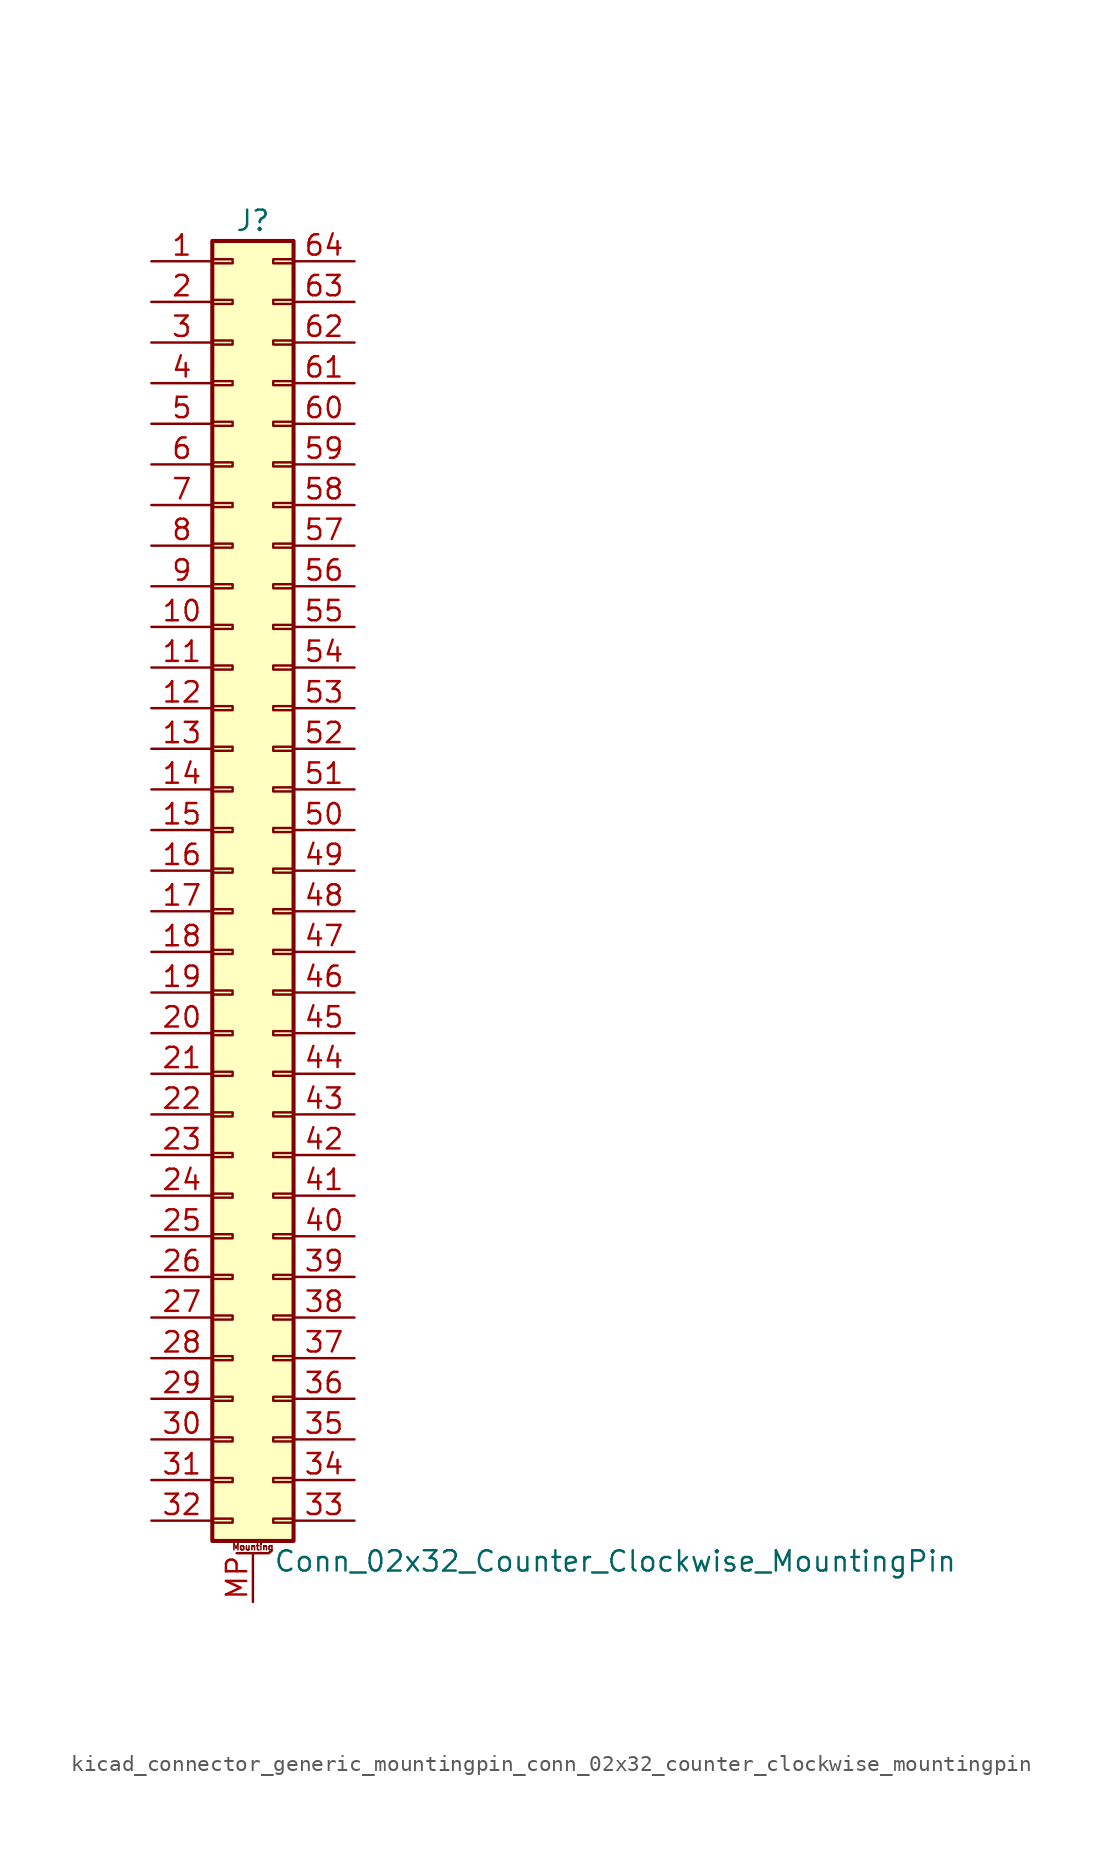
<source format=kicad_sym>
(kicad_symbol_lib
  (version 20220914)
  (generator kicad_symbol_editor)
  (symbol "kicad_connector_generic_mountingpin_conn_02x32_counter_clockwise_mountingpin"
    (pin_names
      (offset 1.016) hide)
    (property "Reference" "J"
      (at 1.27 40.64 0)
      (effects (font (size 1.27 1.27))))
    (property "Value" "Conn_02x32_Counter_Clockwise_MountingPin"
      (at 2.54 -43.18 0)
      (effects (font (size 1.27 1.27)) (justify left)))
    (symbol "kicad_connector_generic_mountingpin_conn_02x32_counter_clockwise_mountingpin_1_1"
      (rectangle (start -1.27 -40.513) (end 0 -40.767) (stroke (width 0.152) (type default)) (fill (type none)))
      (rectangle (start -1.27 -37.973) (end 0 -38.227) (stroke (width 0.152) (type default)) (fill (type none)))
      (rectangle (start -1.27 -35.433) (end 0 -35.687) (stroke (width 0.152) (type default)) (fill (type none)))
      (rectangle (start -1.27 -32.893) (end 0 -33.147) (stroke (width 0.152) (type default)) (fill (type none)))
      (rectangle (start -1.27 -30.353) (end 0 -30.607) (stroke (width 0.152) (type default)) (fill (type none)))
      (rectangle (start -1.27 -27.813) (end 0 -28.067) (stroke (width 0.152) (type default)) (fill (type none)))
      (rectangle (start -1.27 -25.273) (end 0 -25.527) (stroke (width 0.152) (type default)) (fill (type none)))
      (rectangle (start -1.27 -22.733) (end 0 -22.987) (stroke (width 0.152) (type default)) (fill (type none)))
      (rectangle (start -1.27 -20.193) (end 0 -20.447) (stroke (width 0.152) (type default)) (fill (type none)))
      (rectangle (start -1.27 -17.653) (end 0 -17.907) (stroke (width 0.152) (type default)) (fill (type none)))
      (rectangle (start -1.27 -15.113) (end 0 -15.367) (stroke (width 0.152) (type default)) (fill (type none)))
      (rectangle (start -1.27 -12.573) (end 0 -12.827) (stroke (width 0.152) (type default)) (fill (type none)))
      (rectangle (start -1.27 -10.033) (end 0 -10.287) (stroke (width 0.152) (type default)) (fill (type none)))
      (rectangle (start -1.27 -7.493) (end 0 -7.747) (stroke (width 0.152) (type default)) (fill (type none)))
      (rectangle (start -1.27 -4.953) (end 0 -5.207) (stroke (width 0.152) (type default)) (fill (type none)))
      (rectangle (start -1.27 -2.413) (end 0 -2.667) (stroke (width 0.152) (type default)) (fill (type none)))
      (rectangle (start -1.27 0.127) (end 0 -0.127) (stroke (width 0.152) (type default)) (fill (type none)))
      (rectangle (start -1.27 2.667) (end 0 2.413) (stroke (width 0.152) (type default)) (fill (type none)))
      (rectangle (start -1.27 5.207) (end 0 4.953) (stroke (width 0.152) (type default)) (fill (type none)))
      (rectangle (start -1.27 7.747) (end 0 7.493) (stroke (width 0.152) (type default)) (fill (type none)))
      (rectangle (start -1.27 10.287) (end 0 10.033) (stroke (width 0.152) (type default)) (fill (type none)))
      (rectangle (start -1.27 12.827) (end 0 12.573) (stroke (width 0.152) (type default)) (fill (type none)))
      (rectangle (start -1.27 15.367) (end 0 15.113) (stroke (width 0.152) (type default)) (fill (type none)))
      (rectangle (start -1.27 17.907) (end 0 17.653) (stroke (width 0.152) (type default)) (fill (type none)))
      (rectangle (start -1.27 20.447) (end 0 20.193) (stroke (width 0.152) (type default)) (fill (type none)))
      (rectangle (start -1.27 22.987) (end 0 22.733) (stroke (width 0.152) (type default)) (fill (type none)))
      (rectangle (start -1.27 25.527) (end 0 25.273) (stroke (width 0.152) (type default)) (fill (type none)))
      (rectangle (start -1.27 28.067) (end 0 27.813) (stroke (width 0.152) (type default)) (fill (type none)))
      (rectangle (start -1.27 30.607) (end 0 30.353) (stroke (width 0.152) (type default)) (fill (type none)))
      (rectangle (start -1.27 33.147) (end 0 32.893) (stroke (width 0.152) (type default)) (fill (type none)))
      (rectangle (start -1.27 35.687) (end 0 35.433) (stroke (width 0.152) (type default)) (fill (type none)))
      (rectangle (start -1.27 38.227) (end 0 37.973) (stroke (width 0.152) (type default)) (fill (type none)))
      (rectangle (start -1.27 39.37) (end 3.81 -41.91) (stroke (width 0.254) (type default)) (fill (type background)))
      (polyline (pts (xy 0.254 -42.672) (xy 2.286 -42.672)) (stroke (width 0.152) (type default)) (fill (type none)))
      (rectangle (start 3.81 -40.513) (end 2.54 -40.767) (stroke (width 0.152) (type default)) (fill (type none)))
      (rectangle (start 3.81 -37.973) (end 2.54 -38.227) (stroke (width 0.152) (type default)) (fill (type none)))
      (rectangle (start 3.81 -35.433) (end 2.54 -35.687) (stroke (width 0.152) (type default)) (fill (type none)))
      (rectangle (start 3.81 -32.893) (end 2.54 -33.147) (stroke (width 0.152) (type default)) (fill (type none)))
      (rectangle (start 3.81 -30.353) (end 2.54 -30.607) (stroke (width 0.152) (type default)) (fill (type none)))
      (rectangle (start 3.81 -27.813) (end 2.54 -28.067) (stroke (width 0.152) (type default)) (fill (type none)))
      (rectangle (start 3.81 -25.273) (end 2.54 -25.527) (stroke (width 0.152) (type default)) (fill (type none)))
      (rectangle (start 3.81 -22.733) (end 2.54 -22.987) (stroke (width 0.152) (type default)) (fill (type none)))
      (rectangle (start 3.81 -20.193) (end 2.54 -20.447) (stroke (width 0.152) (type default)) (fill (type none)))
      (rectangle (start 3.81 -17.653) (end 2.54 -17.907) (stroke (width 0.152) (type default)) (fill (type none)))
      (rectangle (start 3.81 -15.113) (end 2.54 -15.367) (stroke (width 0.152) (type default)) (fill (type none)))
      (rectangle (start 3.81 -12.573) (end 2.54 -12.827) (stroke (width 0.152) (type default)) (fill (type none)))
      (rectangle (start 3.81 -10.033) (end 2.54 -10.287) (stroke (width 0.152) (type default)) (fill (type none)))
      (rectangle (start 3.81 -7.493) (end 2.54 -7.747) (stroke (width 0.152) (type default)) (fill (type none)))
      (rectangle (start 3.81 -4.953) (end 2.54 -5.207) (stroke (width 0.152) (type default)) (fill (type none)))
      (rectangle (start 3.81 -2.413) (end 2.54 -2.667) (stroke (width 0.152) (type default)) (fill (type none)))
      (rectangle (start 3.81 0.127) (end 2.54 -0.127) (stroke (width 0.152) (type default)) (fill (type none)))
      (rectangle (start 3.81 2.667) (end 2.54 2.413) (stroke (width 0.152) (type default)) (fill (type none)))
      (rectangle (start 3.81 5.207) (end 2.54 4.953) (stroke (width 0.152) (type default)) (fill (type none)))
      (rectangle (start 3.81 7.747) (end 2.54 7.493) (stroke (width 0.152) (type default)) (fill (type none)))
      (rectangle (start 3.81 10.287) (end 2.54 10.033) (stroke (width 0.152) (type default)) (fill (type none)))
      (rectangle (start 3.81 12.827) (end 2.54 12.573) (stroke (width 0.152) (type default)) (fill (type none)))
      (rectangle (start 3.81 15.367) (end 2.54 15.113) (stroke (width 0.152) (type default)) (fill (type none)))
      (rectangle (start 3.81 17.907) (end 2.54 17.653) (stroke (width 0.152) (type default)) (fill (type none)))
      (rectangle (start 3.81 20.447) (end 2.54 20.193) (stroke (width 0.152) (type default)) (fill (type none)))
      (rectangle (start 3.81 22.987) (end 2.54 22.733) (stroke (width 0.152) (type default)) (fill (type none)))
      (rectangle (start 3.81 25.527) (end 2.54 25.273) (stroke (width 0.152) (type default)) (fill (type none)))
      (rectangle (start 3.81 28.067) (end 2.54 27.813) (stroke (width 0.152) (type default)) (fill (type none)))
      (rectangle (start 3.81 30.607) (end 2.54 30.353) (stroke (width 0.152) (type default)) (fill (type none)))
      (rectangle (start 3.81 33.147) (end 2.54 32.893) (stroke (width 0.152) (type default)) (fill (type none)))
      (rectangle (start 3.81 35.687) (end 2.54 35.433) (stroke (width 0.152) (type default)) (fill (type none)))
      (rectangle (start 3.81 38.227) (end 2.54 37.973) (stroke (width 0.152) (type default)) (fill (type none)))
      (text "Mounting" (at 1.27 -42.291 0) (effects (font (size 0.381 0.381))))
      (pin passive line (at -5.08 38.1 0) (length 3.81) (name "Pin_1" (effects (font (size 1.27 1.27)))) (number "1" (effects (font (size 1.27 1.27)))))
      (pin passive line (at -5.08 15.24 0) (length 3.81) (name "Pin_10" (effects (font (size 1.27 1.27)))) (number "10" (effects (font (size 1.27 1.27)))))
      (pin passive line (at -5.08 12.7 0) (length 3.81) (name "Pin_11" (effects (font (size 1.27 1.27)))) (number "11" (effects (font (size 1.27 1.27)))))
      (pin passive line (at -5.08 10.16 0) (length 3.81) (name "Pin_12" (effects (font (size 1.27 1.27)))) (number "12" (effects (font (size 1.27 1.27)))))
      (pin passive line (at -5.08 7.62 0) (length 3.81) (name "Pin_13" (effects (font (size 1.27 1.27)))) (number "13" (effects (font (size 1.27 1.27)))))
      (pin passive line (at -5.08 5.08 0) (length 3.81) (name "Pin_14" (effects (font (size 1.27 1.27)))) (number "14" (effects (font (size 1.27 1.27)))))
      (pin passive line (at -5.08 2.54 0) (length 3.81) (name "Pin_15" (effects (font (size 1.27 1.27)))) (number "15" (effects (font (size 1.27 1.27)))))
      (pin passive line (at -5.08 0 0) (length 3.81) (name "Pin_16" (effects (font (size 1.27 1.27)))) (number "16" (effects (font (size 1.27 1.27)))))
      (pin passive line (at -5.08 -2.54 0) (length 3.81) (name "Pin_17" (effects (font (size 1.27 1.27)))) (number "17" (effects (font (size 1.27 1.27)))))
      (pin passive line (at -5.08 -5.08 0) (length 3.81) (name "Pin_18" (effects (font (size 1.27 1.27)))) (number "18" (effects (font (size 1.27 1.27)))))
      (pin passive line (at -5.08 -7.62 0) (length 3.81) (name "Pin_19" (effects (font (size 1.27 1.27)))) (number "19" (effects (font (size 1.27 1.27)))))
      (pin passive line (at -5.08 35.56 0) (length 3.81) (name "Pin_2" (effects (font (size 1.27 1.27)))) (number "2" (effects (font (size 1.27 1.27)))))
      (pin passive line (at -5.08 -10.16 0) (length 3.81) (name "Pin_20" (effects (font (size 1.27 1.27)))) (number "20" (effects (font (size 1.27 1.27)))))
      (pin passive line (at -5.08 -12.7 0) (length 3.81) (name "Pin_21" (effects (font (size 1.27 1.27)))) (number "21" (effects (font (size 1.27 1.27)))))
      (pin passive line (at -5.08 -15.24 0) (length 3.81) (name "Pin_22" (effects (font (size 1.27 1.27)))) (number "22" (effects (font (size 1.27 1.27)))))
      (pin passive line (at -5.08 -17.78 0) (length 3.81) (name "Pin_23" (effects (font (size 1.27 1.27)))) (number "23" (effects (font (size 1.27 1.27)))))
      (pin passive line (at -5.08 -20.32 0) (length 3.81) (name "Pin_24" (effects (font (size 1.27 1.27)))) (number "24" (effects (font (size 1.27 1.27)))))
      (pin passive line (at -5.08 -22.86 0) (length 3.81) (name "Pin_25" (effects (font (size 1.27 1.27)))) (number "25" (effects (font (size 1.27 1.27)))))
      (pin passive line (at -5.08 -25.4 0) (length 3.81) (name "Pin_26" (effects (font (size 1.27 1.27)))) (number "26" (effects (font (size 1.27 1.27)))))
      (pin passive line (at -5.08 -27.94 0) (length 3.81) (name "Pin_27" (effects (font (size 1.27 1.27)))) (number "27" (effects (font (size 1.27 1.27)))))
      (pin passive line (at -5.08 -30.48 0) (length 3.81) (name "Pin_28" (effects (font (size 1.27 1.27)))) (number "28" (effects (font (size 1.27 1.27)))))
      (pin passive line (at -5.08 -33.02 0) (length 3.81) (name "Pin_29" (effects (font (size 1.27 1.27)))) (number "29" (effects (font (size 1.27 1.27)))))
      (pin passive line (at -5.08 33.02 0) (length 3.81) (name "Pin_3" (effects (font (size 1.27 1.27)))) (number "3" (effects (font (size 1.27 1.27)))))
      (pin passive line (at -5.08 -35.56 0) (length 3.81) (name "Pin_30" (effects (font (size 1.27 1.27)))) (number "30" (effects (font (size 1.27 1.27)))))
      (pin passive line (at -5.08 -38.1 0) (length 3.81) (name "Pin_31" (effects (font (size 1.27 1.27)))) (number "31" (effects (font (size 1.27 1.27)))))
      (pin passive line (at -5.08 -40.64 0) (length 3.81) (name "Pin_32" (effects (font (size 1.27 1.27)))) (number "32" (effects (font (size 1.27 1.27)))))
      (pin passive line (at 7.62 -40.64 180) (length 3.81) (name "Pin_33" (effects (font (size 1.27 1.27)))) (number "33" (effects (font (size 1.27 1.27)))))
      (pin passive line (at 7.62 -38.1 180) (length 3.81) (name "Pin_34" (effects (font (size 1.27 1.27)))) (number "34" (effects (font (size 1.27 1.27)))))
      (pin passive line (at 7.62 -35.56 180) (length 3.81) (name "Pin_35" (effects (font (size 1.27 1.27)))) (number "35" (effects (font (size 1.27 1.27)))))
      (pin passive line (at 7.62 -33.02 180) (length 3.81) (name "Pin_36" (effects (font (size 1.27 1.27)))) (number "36" (effects (font (size 1.27 1.27)))))
      (pin passive line (at 7.62 -30.48 180) (length 3.81) (name "Pin_37" (effects (font (size 1.27 1.27)))) (number "37" (effects (font (size 1.27 1.27)))))
      (pin passive line (at 7.62 -27.94 180) (length 3.81) (name "Pin_38" (effects (font (size 1.27 1.27)))) (number "38" (effects (font (size 1.27 1.27)))))
      (pin passive line (at 7.62 -25.4 180) (length 3.81) (name "Pin_39" (effects (font (size 1.27 1.27)))) (number "39" (effects (font (size 1.27 1.27)))))
      (pin passive line (at -5.08 30.48 0) (length 3.81) (name "Pin_4" (effects (font (size 1.27 1.27)))) (number "4" (effects (font (size 1.27 1.27)))))
      (pin passive line (at 7.62 -22.86 180) (length 3.81) (name "Pin_40" (effects (font (size 1.27 1.27)))) (number "40" (effects (font (size 1.27 1.27)))))
      (pin passive line (at 7.62 -20.32 180) (length 3.81) (name "Pin_41" (effects (font (size 1.27 1.27)))) (number "41" (effects (font (size 1.27 1.27)))))
      (pin passive line (at 7.62 -17.78 180) (length 3.81) (name "Pin_42" (effects (font (size 1.27 1.27)))) (number "42" (effects (font (size 1.27 1.27)))))
      (pin passive line (at 7.62 -15.24 180) (length 3.81) (name "Pin_43" (effects (font (size 1.27 1.27)))) (number "43" (effects (font (size 1.27 1.27)))))
      (pin passive line (at 7.62 -12.7 180) (length 3.81) (name "Pin_44" (effects (font (size 1.27 1.27)))) (number "44" (effects (font (size 1.27 1.27)))))
      (pin passive line (at 7.62 -10.16 180) (length 3.81) (name "Pin_45" (effects (font (size 1.27 1.27)))) (number "45" (effects (font (size 1.27 1.27)))))
      (pin passive line (at 7.62 -7.62 180) (length 3.81) (name "Pin_46" (effects (font (size 1.27 1.27)))) (number "46" (effects (font (size 1.27 1.27)))))
      (pin passive line (at 7.62 -5.08 180) (length 3.81) (name "Pin_47" (effects (font (size 1.27 1.27)))) (number "47" (effects (font (size 1.27 1.27)))))
      (pin passive line (at 7.62 -2.54 180) (length 3.81) (name "Pin_48" (effects (font (size 1.27 1.27)))) (number "48" (effects (font (size 1.27 1.27)))))
      (pin passive line (at 7.62 0 180) (length 3.81) (name "Pin_49" (effects (font (size 1.27 1.27)))) (number "49" (effects (font (size 1.27 1.27)))))
      (pin passive line (at -5.08 27.94 0) (length 3.81) (name "Pin_5" (effects (font (size 1.27 1.27)))) (number "5" (effects (font (size 1.27 1.27)))))
      (pin passive line (at 7.62 2.54 180) (length 3.81) (name "Pin_50" (effects (font (size 1.27 1.27)))) (number "50" (effects (font (size 1.27 1.27)))))
      (pin passive line (at 7.62 5.08 180) (length 3.81) (name "Pin_51" (effects (font (size 1.27 1.27)))) (number "51" (effects (font (size 1.27 1.27)))))
      (pin passive line (at 7.62 7.62 180) (length 3.81) (name "Pin_52" (effects (font (size 1.27 1.27)))) (number "52" (effects (font (size 1.27 1.27)))))
      (pin passive line (at 7.62 10.16 180) (length 3.81) (name "Pin_53" (effects (font (size 1.27 1.27)))) (number "53" (effects (font (size 1.27 1.27)))))
      (pin passive line (at 7.62 12.7 180) (length 3.81) (name "Pin_54" (effects (font (size 1.27 1.27)))) (number "54" (effects (font (size 1.27 1.27)))))
      (pin passive line (at 7.62 15.24 180) (length 3.81) (name "Pin_55" (effects (font (size 1.27 1.27)))) (number "55" (effects (font (size 1.27 1.27)))))
      (pin passive line (at 7.62 17.78 180) (length 3.81) (name "Pin_56" (effects (font (size 1.27 1.27)))) (number "56" (effects (font (size 1.27 1.27)))))
      (pin passive line (at 7.62 20.32 180) (length 3.81) (name "Pin_57" (effects (font (size 1.27 1.27)))) (number "57" (effects (font (size 1.27 1.27)))))
      (pin passive line (at 7.62 22.86 180) (length 3.81) (name "Pin_58" (effects (font (size 1.27 1.27)))) (number "58" (effects (font (size 1.27 1.27)))))
      (pin passive line (at 7.62 25.4 180) (length 3.81) (name "Pin_59" (effects (font (size 1.27 1.27)))) (number "59" (effects (font (size 1.27 1.27)))))
      (pin passive line (at -5.08 25.4 0) (length 3.81) (name "Pin_6" (effects (font (size 1.27 1.27)))) (number "6" (effects (font (size 1.27 1.27)))))
      (pin passive line (at 7.62 27.94 180) (length 3.81) (name "Pin_60" (effects (font (size 1.27 1.27)))) (number "60" (effects (font (size 1.27 1.27)))))
      (pin passive line (at 7.62 30.48 180) (length 3.81) (name "Pin_61" (effects (font (size 1.27 1.27)))) (number "61" (effects (font (size 1.27 1.27)))))
      (pin passive line (at 7.62 33.02 180) (length 3.81) (name "Pin_62" (effects (font (size 1.27 1.27)))) (number "62" (effects (font (size 1.27 1.27)))))
      (pin passive line (at 7.62 35.56 180) (length 3.81) (name "Pin_63" (effects (font (size 1.27 1.27)))) (number "63" (effects (font (size 1.27 1.27)))))
      (pin passive line (at 7.62 38.1 180) (length 3.81) (name "Pin_64" (effects (font (size 1.27 1.27)))) (number "64" (effects (font (size 1.27 1.27)))))
      (pin passive line (at -5.08 22.86 0) (length 3.81) (name "Pin_7" (effects (font (size 1.27 1.27)))) (number "7" (effects (font (size 1.27 1.27)))))
      (pin passive line (at -5.08 20.32 0) (length 3.81) (name "Pin_8" (effects (font (size 1.27 1.27)))) (number "8" (effects (font (size 1.27 1.27)))))
      (pin passive line (at -5.08 17.78 0) (length 3.81) (name "Pin_9" (effects (font (size 1.27 1.27)))) (number "9" (effects (font (size 1.27 1.27)))))
      (pin passive line (at 1.27 -45.72 90) (length 3.048) (name "MountPin" (effects (font (size 1.27 1.27)))) (number "MP" (effects (font (size 1.27 1.27))))))))
</source>
